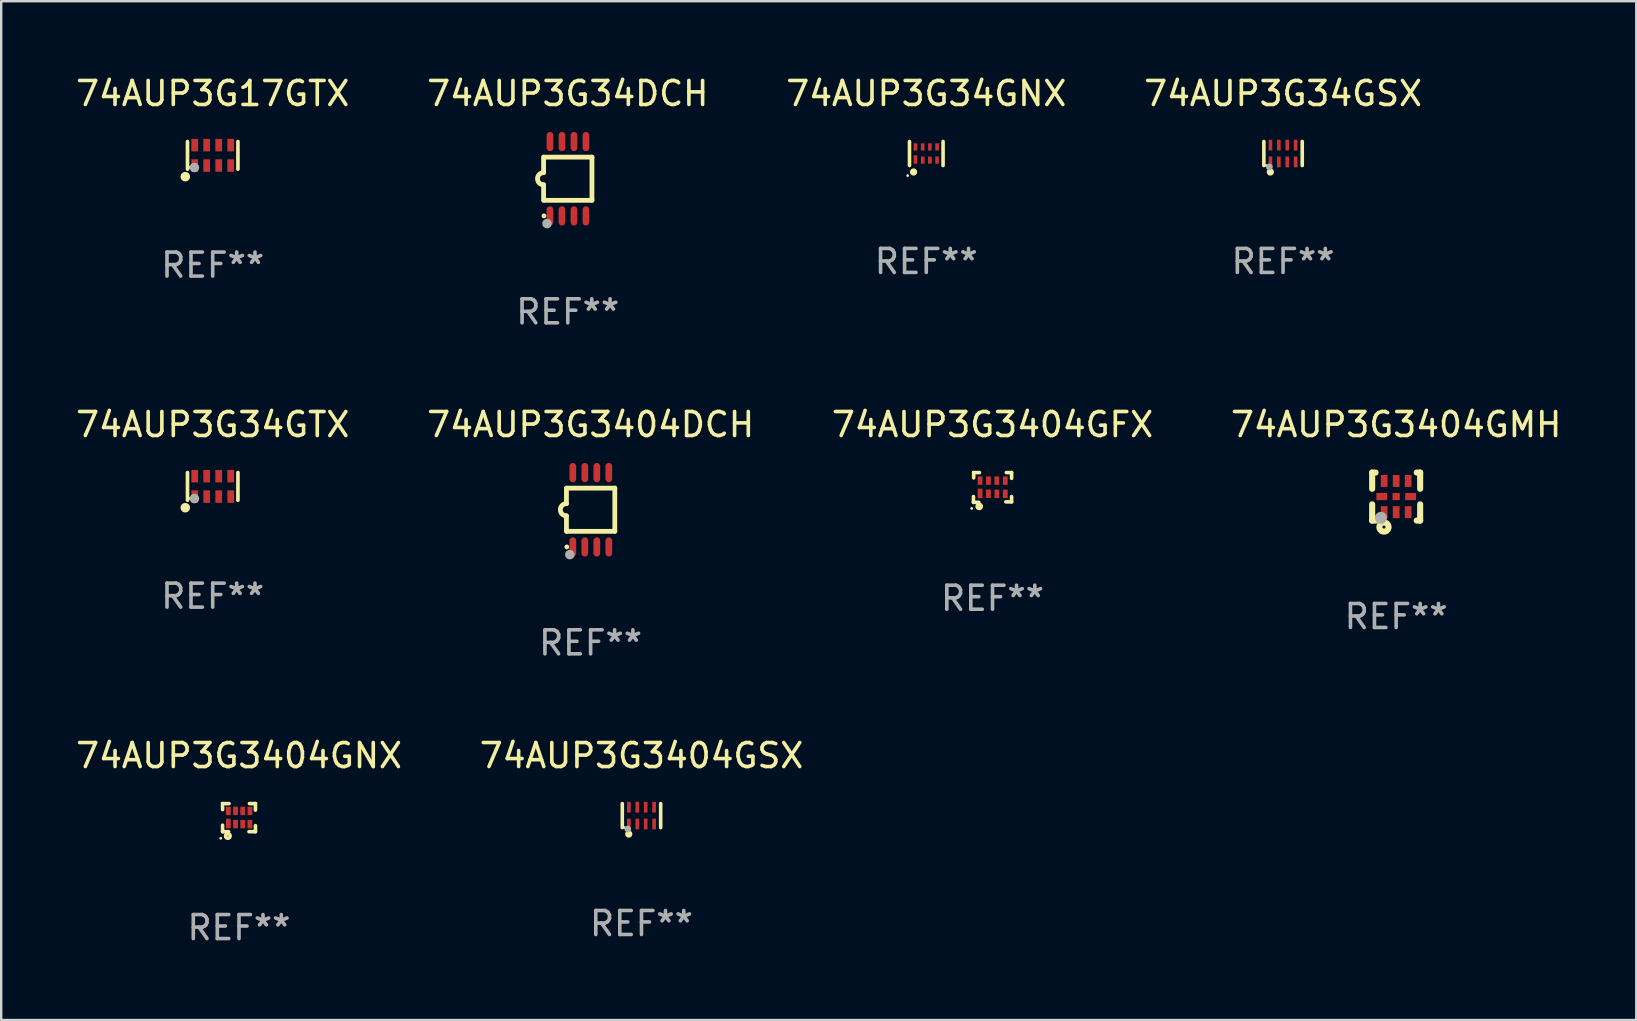
<source format=kicad_pcb>
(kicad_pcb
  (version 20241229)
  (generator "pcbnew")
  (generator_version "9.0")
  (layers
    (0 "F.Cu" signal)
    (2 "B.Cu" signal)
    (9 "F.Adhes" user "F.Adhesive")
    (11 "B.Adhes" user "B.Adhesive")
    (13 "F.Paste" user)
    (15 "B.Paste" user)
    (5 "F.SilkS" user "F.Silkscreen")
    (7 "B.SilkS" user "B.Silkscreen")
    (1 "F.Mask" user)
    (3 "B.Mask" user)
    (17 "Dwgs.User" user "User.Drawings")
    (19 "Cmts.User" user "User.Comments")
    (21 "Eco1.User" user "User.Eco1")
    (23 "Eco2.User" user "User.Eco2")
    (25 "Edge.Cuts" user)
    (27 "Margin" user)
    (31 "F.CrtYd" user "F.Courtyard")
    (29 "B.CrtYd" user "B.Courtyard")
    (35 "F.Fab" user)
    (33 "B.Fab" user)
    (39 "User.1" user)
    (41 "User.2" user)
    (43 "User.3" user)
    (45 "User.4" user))
  (footprint "74AUP3G3404GNX"
    (layer "F.Cu")
    (at 6.911 31.026)
    (property "Reference" "74AUP3G3404GNX" (at 0 -2.585 0) (layer "F.SilkS") (effects (font (size 1 1) (thickness 0.15))))
    (attr through_hole)
    (fp_line (start -0.685 -0.585) (end -0.415 -0.585) (stroke (width 0.15) (type solid)) (layer "F.SilkS"))
    (fp_line (start -0.685 -0.335) (end -0.685 -0.585) (stroke (width 0.15) (type solid)) (layer "F.SilkS"))
    (fp_line (start -0.685 0.585) (end -0.685 0.315) (stroke (width 0.15) (type solid)) (layer "F.SilkS"))
    (fp_line (start -0.435 0.585) (end -0.685 0.585) (stroke (width 0.15) (type solid)) (layer "F.SilkS"))
    (fp_line (start 0.435 -0.585) (end 0.685 -0.585) (stroke (width 0.15) (type solid)) (layer "F.SilkS"))
    (fp_line (start 0.685 -0.585) (end 0.685 -0.315) (stroke (width 0.15) (type solid)) (layer "F.SilkS"))
    (fp_line (start 0.685 0.335) (end 0.685 0.585) (stroke (width 0.15) (type solid)) (layer "F.SilkS"))
    (fp_line (start 0.685 0.585) (end 0.415 0.585) (stroke (width 0.15) (type solid)) (layer "F.SilkS"))
    (fp_circle (center -0.76 0.86) (end -0.73 0.86) (stroke (width 0.06) (type solid)) (fill no) (layer "F.SilkS"))
    (fp_circle (center -0.465 0.765) (end -0.445 0.765) (stroke (width 0.15) (type solid)) (fill no) (layer "F.SilkS"))
    (fp_text user "REF**" (at 0 4.585 0) (layer "F.Fab") (effects (font (size 1 1) (thickness 0.15))))
    (pad "1" smd rect (at -0.445 0.245) (size 0.2 0.4) (layers "F.Cu" "F.Mask" "F.Paste"))
    (pad "2" smd rect (at -0.145 0.27) (size 0.2 0.35) (layers "F.Cu" "F.Mask" "F.Paste"))
    (pad "3" smd rect (at 0.155 0.27) (size 0.2 0.35) (layers "F.Cu" "F.Mask" "F.Paste"))
    (pad "4" smd rect (at 0.455 0.27) (size 0.2 0.35) (layers "F.Cu" "F.Mask" "F.Paste"))
    (pad "5" smd rect (at 0.455 -0.28) (size 0.2 0.35) (layers "F.Cu" "F.Mask" "F.Paste"))
    (pad "6" smd rect (at 0.155 -0.28) (size 0.2 0.35) (layers "F.Cu" "F.Mask" "F.Paste"))
    (pad "7" smd rect (at -0.145 -0.28) (size 0.2 0.35) (layers "F.Cu" "F.Mask" "F.Paste"))
    (pad "8" smd rect (at -0.445 -0.28) (size 0.2 0.35) (layers "F.Cu" "F.Mask" "F.Paste")))
  (footprint "74AUP3G34DCH"
    (layer "F.Cu")
    (at 20.613 4.398)
    (property "Reference" "74AUP3G34DCH" (at 0 -3.55 0) (layer "F.SilkS") (effects (font (size 1 1) (thickness 0.15))))
    (attr through_hole)
    (fp_line (start -1.008 -0.254) (end -1.008 -0.9) (stroke (width 0.2) (type solid)) (layer "F.SilkS"))
    (fp_line (start -1.008 0.254) (end -1.008 0.9) (stroke (width 0.2) (type solid)) (layer "F.SilkS"))
    (fp_line (start -0.992 0.9) (end 1.008 0.9) (stroke (width 0.2) (type solid)) (layer "F.SilkS"))
    (fp_line (start 1.008 -0.9) (end -0.992 -0.9) (stroke (width 0.2) (type solid)) (layer "F.SilkS"))
    (fp_line (start 1.008 0.9) (end 1.008 -0.9) (stroke (width 0.2) (type solid)) (layer "F.SilkS"))
    (fp_arc (start -1.008001 0.254001) (mid -1.262002 0) (end -1.008001 -0.254001) (stroke (width 0.2) (type solid)) (layer "F.SilkS"))
    (fp_circle (center -0.992 1.55) (end -0.942 1.55) (stroke (width 0.1) (type solid)) (fill no) (layer "F.SilkS"))
    (fp_circle (center -0.866 1.87) (end -0.766 1.87) (stroke (width 0.2) (type solid)) (fill no) (layer "F.Fab"))
    (fp_text user "REF**" (at 0 5.55 0) (layer "F.Fab") (effects (font (size 1 1) (thickness 0.15))))
    (pad "1" smd oval (at -0.742 1.55 270) (size 0.8 0.28) (layers "F.Cu" "F.Mask" "F.Paste"))
    (pad "2" smd oval (at -0.242 1.55 270) (size 0.8 0.28) (layers "F.Cu" "F.Mask" "F.Paste"))
    (pad "3" smd oval (at 0.258 1.55 270) (size 0.8 0.28) (layers "F.Cu" "F.Mask" "F.Paste"))
    (pad "4" smd oval (at 0.758 1.55 270) (size 0.8 0.28) (layers "F.Cu" "F.Mask" "F.Paste"))
    (pad "5" smd oval (at 0.758 -1.55 270) (size 0.8 0.28) (layers "F.Cu" "F.Mask" "F.Paste"))
    (pad "6" smd oval (at 0.258 -1.55 270) (size 0.8 0.28) (layers "F.Cu" "F.Mask" "F.Paste"))
    (pad "7" smd oval (at -0.242 -1.55 270) (size 0.8 0.28) (layers "F.Cu" "F.Mask" "F.Paste"))
    (pad "8" smd oval (at -0.742 -1.55 270) (size 0.8 0.28) (layers "F.Cu" "F.Mask" "F.Paste")))
  (footprint "74AUP3G3404GFX"
    (layer "F.Cu")
    (at 38.315 17.265)
    (property "Reference" "74AUP3G3404GFX" (at 0 -2.62 0) (layer "F.SilkS") (effects (font (size 1 1) (thickness 0.15))))
    (attr through_hole)
    (fp_line (start -0.795 0.62) (end -0.795 0.38) (stroke (width 0.15) (type solid)) (layer "F.SilkS"))
    (fp_line (start -0.785 -0.62) (end -0.545 -0.62) (stroke (width 0.15) (type solid)) (layer "F.SilkS"))
    (fp_line (start -0.785 -0.4) (end -0.785 -0.62) (stroke (width 0.15) (type solid)) (layer "F.SilkS"))
    (fp_line (start -0.575 0.62) (end -0.795 0.62) (stroke (width 0.15) (type solid)) (layer "F.SilkS"))
    (fp_line (start 0.575 -0.62) (end 0.795 -0.62) (stroke (width 0.15) (type solid)) (layer "F.SilkS"))
    (fp_line (start 0.795 -0.62) (end 0.795 -0.38) (stroke (width 0.15) (type solid)) (layer "F.SilkS"))
    (fp_line (start 0.795 0.38) (end 0.795 0.6) (stroke (width 0.15) (type solid)) (layer "F.SilkS"))
    (fp_line (start 0.795 0.6) (end 0.555 0.6) (stroke (width 0.15) (type solid)) (layer "F.SilkS"))
    (fp_circle (center -0.87 0.875) (end -0.84 0.875) (stroke (width 0.06) (type solid)) (fill no) (layer "F.SilkS"))
    (fp_circle (center -0.555 0.79) (end -0.545 0.79) (stroke (width 0.15) (type solid)) (fill no) (layer "F.SilkS"))
    (fp_text user "REF**" (at 0 4.62 0) (layer "F.Fab") (effects (font (size 1 1) (thickness 0.15))))
    (pad "1" smd rect (at -0.52 0.25) (size 0.2 0.4) (layers "F.Cu" "F.Mask" "F.Paste"))
    (pad "2" smd rect (at -0.17 0.265) (size 0.2 0.35) (layers "F.Cu" "F.Mask" "F.Paste"))
    (pad "3" smd rect (at 0.18 0.265) (size 0.2 0.35) (layers "F.Cu" "F.Mask" "F.Paste"))
    (pad "4" smd rect (at 0.53 0.265) (size 0.2 0.35) (layers "F.Cu" "F.Mask" "F.Paste"))
    (pad "5" smd rect (at 0.53 -0.285) (size 0.2 0.35) (layers "F.Cu" "F.Mask" "F.Paste"))
    (pad "6" smd rect (at 0.18 -0.285) (size 0.2 0.35) (layers "F.Cu" "F.Mask" "F.Paste"))
    (pad "7" smd rect (at -0.17 -0.285) (size 0.2 0.35) (layers "F.Cu" "F.Mask" "F.Paste"))
    (pad "8" smd rect (at -0.52 -0.285) (size 0.2 0.35) (layers "F.Cu" "F.Mask" "F.Paste")))
  (footprint "74AUP3G17GTX"
    (layer "F.Cu")
    (at 5.815 3.424)
    (property "Reference" "74AUP3G17GTX" (at 0 -2.576 0) (layer "F.SilkS") (effects (font (size 1 1) (thickness 0.15))))
    (attr through_hole)
    (fp_line (start -1.051 0.576) (end -1.051 -0.576) (stroke (width 0.152) (type solid)) (layer "F.SilkS"))
    (fp_line (start 1.051 -0.576) (end 1.051 0.576) (stroke (width 0.152) (type solid)) (layer "F.SilkS"))
    (fp_circle (center -1.143 0.889) (end -1.043 0.889) (stroke (width 0.2) (type solid)) (fill no) (layer "F.SilkS"))
    (fp_circle (center -0.975 0.5) (end -0.945 0.5) (stroke (width 0.06) (type solid)) (fill no) (layer "F.SilkS"))
    (fp_circle (center -0.762 0.508) (end -0.662 0.508) (stroke (width 0.2) (type solid)) (fill no) (layer "F.Fab"))
    (fp_text user "REF**" (at 0 4.576 0) (layer "F.Fab") (effects (font (size 1 1) (thickness 0.15))))
    (pad "1" smd rect (at -0.75 0.425) (size 0.28 0.521) (layers "F.Cu" "F.Mask" "F.Paste"))
    (pad "2" smd rect (at -0.25 0.425) (size 0.28 0.521) (layers "F.Cu" "F.Mask" "F.Paste"))
    (pad "3" smd rect (at 0.25 0.425) (size 0.28 0.521) (layers "F.Cu" "F.Mask" "F.Paste"))
    (pad "4" smd rect (at 0.75 0.425) (size 0.28 0.521) (layers "F.Cu" "F.Mask" "F.Paste"))
    (pad "5" smd rect (at 0.75 -0.425) (size 0.28 0.521) (layers "F.Cu" "F.Mask" "F.Paste"))
    (pad "6" smd rect (at 0.25 -0.425) (size 0.28 0.521) (layers "F.Cu" "F.Mask" "F.Paste"))
    (pad "7" smd rect (at -0.25 -0.425) (size 0.28 0.521) (layers "F.Cu" "F.Mask" "F.Paste"))
    (pad "8" smd rect (at -0.75 -0.425) (size 0.28 0.521) (layers "F.Cu" "F.Mask" "F.Paste")))
  (footprint "74AUP3G3404GSX"
    (layer "F.Cu")
    (at 23.685 30.941)
    (property "Reference" "74AUP3G3404GSX" (at 0 -2.5 0) (layer "F.SilkS") (effects (font (size 1 1) (thickness 0.15))))
    (attr through_hole)
    (fp_line (start -0.8 -0.5) (end -0.8 0.5) (stroke (width 0.15) (type solid)) (layer "F.SilkS"))
    (fp_line (start 0.8 -0.5) (end 0.8 0.5) (stroke (width 0.15) (type solid)) (layer "F.SilkS"))
    (fp_circle (center -0.7 0.5) (end -0.67 0.5) (stroke (width 0.06) (type solid)) (fill no) (layer "F.SilkS"))
    (fp_circle (center -0.53 0.77) (end -0.454 0.77) (stroke (width 0.15) (type solid)) (fill no) (layer "F.SilkS"))
    (fp_circle (center -0.57 0.56) (end -0.5 0.56) (stroke (width 0.14) (type solid)) (fill no) (layer "F.Fab"))
    (fp_text user "REF**" (at 0 4.5 0) (layer "F.Fab") (effects (font (size 1 1) (thickness 0.15))))
    (pad "1" smd rect (at -0.525 0.35) (size 0.15 0.45) (layers "F.Cu" "F.Mask" "F.Paste"))
    (pad "2" smd rect (at -0.175 0.35) (size 0.15 0.45) (layers "F.Cu" "F.Mask" "F.Paste"))
    (pad "3" smd rect (at 0.175 0.35) (size 0.15 0.45) (layers "F.Cu" "F.Mask" "F.Paste"))
    (pad "4" smd rect (at 0.525 0.35) (size 0.15 0.45) (layers "F.Cu" "F.Mask" "F.Paste"))
    (pad "5" smd rect (at 0.525 -0.35) (size 0.15 0.45) (layers "F.Cu" "F.Mask" "F.Paste"))
    (pad "6" smd rect (at 0.175 -0.35) (size 0.15 0.45) (layers "F.Cu" "F.Mask" "F.Paste"))
    (pad "7" smd rect (at -0.175 -0.35) (size 0.15 0.45) (layers "F.Cu" "F.Mask" "F.Paste"))
    (pad "8" smd rect (at -0.525 -0.35) (size 0.15 0.45) (layers "F.Cu" "F.Mask" "F.Paste")))
  (footprint "74AUP3G34GNX"
    (layer "F.Cu")
    (at 35.554 3.348)
    (property "Reference" "74AUP3G34GNX" (at 0 -2.5 0) (layer "F.SilkS") (effects (font (size 1 1) (thickness 0.15))))
    (attr through_hole)
    (fp_line (start -0.7 -0.5) (end -0.7 0.5) (stroke (width 0.15) (type solid)) (layer "F.SilkS"))
    (fp_line (start 0.7 -0.5) (end 0.7 0.5) (stroke (width 0.15) (type solid)) (layer "F.SilkS"))
    (fp_circle (center -0.775 0.922) (end -0.745 0.922) (stroke (width 0.06) (type solid)) (fill no) (layer "F.SilkS"))
    (fp_circle (center -0.53 0.77) (end -0.454 0.77) (stroke (width 0.15) (type solid)) (fill no) (layer "F.SilkS"))
    (fp_text user "REF**" (at 0 4.5 0) (layer "F.Fab") (effects (font (size 1 1) (thickness 0.15))))
    (pad "1" smd rect (at -0.45 0.25) (size 0.15 0.35) (layers "F.Cu" "F.Mask" "F.Paste"))
    (pad "2" smd rect (at -0.15 0.275) (size 0.15 0.3) (layers "F.Cu" "F.Mask" "F.Paste"))
    (pad "3" smd rect (at 0.15 0.275) (size 0.15 0.3) (layers "F.Cu" "F.Mask" "F.Paste"))
    (pad "4" smd rect (at 0.45 0.275) (size 0.15 0.3) (layers "F.Cu" "F.Mask" "F.Paste"))
    (pad "5" smd rect (at 0.45 -0.275) (size 0.15 0.3) (layers "F.Cu" "F.Mask" "F.Paste"))
    (pad "6" smd rect (at 0.15 -0.275) (size 0.15 0.3) (layers "F.Cu" "F.Mask" "F.Paste"))
    (pad "7" smd rect (at -0.15 -0.275) (size 0.15 0.3) (layers "F.Cu" "F.Mask" "F.Paste"))
    (pad "8" smd rect (at -0.45 -0.275) (size 0.15 0.3) (layers "F.Cu" "F.Mask" "F.Paste")))
  (footprint "74AUP3G34GTX"
    (layer "F.Cu")
    (at 5.815 17.221)
    (property "Reference" "74AUP3G34GTX" (at 0 -2.576 0) (layer "F.SilkS") (effects (font (size 1 1) (thickness 0.15))))
    (attr through_hole)
    (fp_line (start -1.051 0.576) (end -1.051 -0.576) (stroke (width 0.152) (type solid)) (layer "F.SilkS"))
    (fp_line (start 1.051 -0.576) (end 1.051 0.576) (stroke (width 0.152) (type solid)) (layer "F.SilkS"))
    (fp_circle (center -1.143 0.889) (end -1.043 0.889) (stroke (width 0.2) (type solid)) (fill no) (layer "F.SilkS"))
    (fp_circle (center -0.975 0.5) (end -0.945 0.5) (stroke (width 0.06) (type solid)) (fill no) (layer "F.SilkS"))
    (fp_circle (center -0.762 0.508) (end -0.662 0.508) (stroke (width 0.2) (type solid)) (fill no) (layer "F.Fab"))
    (fp_text user "REF**" (at 0 4.576 0) (layer "F.Fab") (effects (font (size 1 1) (thickness 0.15))))
    (pad "1" smd rect (at -0.75 0.425) (size 0.28 0.521) (layers "F.Cu" "F.Mask" "F.Paste"))
    (pad "2" smd rect (at -0.25 0.425) (size 0.28 0.521) (layers "F.Cu" "F.Mask" "F.Paste"))
    (pad "3" smd rect (at 0.25 0.425) (size 0.28 0.521) (layers "F.Cu" "F.Mask" "F.Paste"))
    (pad "4" smd rect (at 0.75 0.425) (size 0.28 0.521) (layers "F.Cu" "F.Mask" "F.Paste"))
    (pad "5" smd rect (at 0.75 -0.425) (size 0.28 0.521) (layers "F.Cu" "F.Mask" "F.Paste"))
    (pad "6" smd rect (at 0.25 -0.425) (size 0.28 0.521) (layers "F.Cu" "F.Mask" "F.Paste"))
    (pad "7" smd rect (at -0.25 -0.425) (size 0.28 0.521) (layers "F.Cu" "F.Mask" "F.Paste"))
    (pad "8" smd rect (at -0.75 -0.425) (size 0.28 0.521) (layers "F.Cu" "F.Mask" "F.Paste")))
  (footprint "74AUP3G3404GMH"
    (layer "F.Cu")
    (at 55.137 17.645)
    (property "Reference" "74AUP3G3404GMH" (at 0 -3 0) (layer "F.SilkS") (effects (font (size 1 1) (thickness 0.15))))
    (attr through_hole)
    (fp_line (start -1 -1) (end -0.858 -1) (stroke (width 0.254) (type solid)) (layer "F.SilkS"))
    (fp_line (start -1 -0.325) (end -1 -1) (stroke (width 0.254) (type solid)) (layer "F.SilkS"))
    (fp_line (start -1 1) (end -1 0.325) (stroke (width 0.254) (type solid)) (layer "F.SilkS"))
    (fp_line (start -0.858 1) (end -1 1) (stroke (width 0.254) (type solid)) (layer "F.SilkS"))
    (fp_line (start 0.858 -1) (end 1 -1) (stroke (width 0.254) (type solid)) (layer "F.SilkS"))
    (fp_line (start 1 -1) (end 1 -0.325) (stroke (width 0.254) (type solid)) (layer "F.SilkS"))
    (fp_line (start 1 0.325) (end 1 1) (stroke (width 0.254) (type solid)) (layer "F.SilkS"))
    (fp_line (start 1 1) (end 0.858 1) (stroke (width 0.254) (type solid)) (layer "F.SilkS"))
    (fp_circle (center -0.8 0.8) (end -0.77 0.8) (stroke (width 0.06) (type solid)) (fill no) (layer "F.SilkS"))
    (fp_circle (center -0.508 1.27) (end -0.444 1.27) (stroke (width 0.254) (type solid)) (fill no) (layer "F.SilkS"))
    (fp_circle (center -0.635 0.889) (end -0.508 0.889) (stroke (width 0.254) (type solid)) (fill no) (layer "F.Fab"))
    (fp_text user "REF**" (at 0 5 0) (layer "F.Fab") (effects (font (size 1 1) (thickness 0.15))))
    (pad "1" smd rect (at -0.5 0.65 90) (size 0.5 0.28) (layers "F.Cu" "F.Mask" "F.Paste"))
    (pad "2" smd rect (at 0.000013 0.65 90) (size 0.5 0.28) (layers "F.Cu" "F.Mask" "F.Paste"))
    (pad "3" smd rect (at 0.5 0.65 90) (size 0.5 0.28) (layers "F.Cu" "F.Mask" "F.Paste"))
    (pad "4" smd rect (at 0.6 0.000076 180) (size 0.45 0.3) (layers "F.Cu" "F.Mask" "F.Paste"))
    (pad "5" smd rect (at 0.5 -0.65 90) (size 0.5 0.28) (layers "F.Cu" "F.Mask" "F.Paste"))
    (pad "6" smd rect (at 0.000013 -0.65 90) (size 0.5 0.28) (layers "F.Cu" "F.Mask" "F.Paste"))
    (pad "7" smd rect (at -0.5 -0.65 90) (size 0.5 0.28) (layers "F.Cu" "F.Mask" "F.Paste"))
    (pad "8" smd rect (at -0.6 0.000076 180) (size 0.45 0.3) (layers "F.Cu" "F.Mask" "F.Paste"))
    (pad "9" smd rect (at 0.000013 0.000076 180) (size 0.3 0.3) (layers "F.Cu" "F.Mask" "F.Paste")))
  (footprint "74AUP3G3404DCH"
    (layer "F.Cu")
    (at 21.565 18.194)
    (property "Reference" "74AUP3G3404DCH" (at 0 -3.55 0) (layer "F.SilkS") (effects (font (size 1 1) (thickness 0.15))))
    (attr through_hole)
    (fp_line (start -1.008 -0.254) (end -1.008 -0.9) (stroke (width 0.2) (type solid)) (layer "F.SilkS"))
    (fp_line (start -1.008 0.254) (end -1.008 0.9) (stroke (width 0.2) (type solid)) (layer "F.SilkS"))
    (fp_line (start -0.992 0.9) (end 1.008 0.9) (stroke (width 0.2) (type solid)) (layer "F.SilkS"))
    (fp_line (start 1.008 -0.9) (end -0.992 -0.9) (stroke (width 0.2) (type solid)) (layer "F.SilkS"))
    (fp_line (start 1.008 0.9) (end 1.008 -0.9) (stroke (width 0.2) (type solid)) (layer "F.SilkS"))
    (fp_arc (start -1.008001 0.254001) (mid -1.262002 0) (end -1.008001 -0.254001) (stroke (width 0.2) (type solid)) (layer "F.SilkS"))
    (fp_circle (center -0.992 1.55) (end -0.942 1.55) (stroke (width 0.1) (type solid)) (fill no) (layer "F.SilkS"))
    (fp_circle (center -0.866 1.87) (end -0.766 1.87) (stroke (width 0.2) (type solid)) (fill no) (layer "F.Fab"))
    (fp_text user "REF**" (at 0 5.55 0) (layer "F.Fab") (effects (font (size 1 1) (thickness 0.15))))
    (pad "1" smd oval (at -0.742 1.55 270) (size 0.8 0.28) (layers "F.Cu" "F.Mask" "F.Paste"))
    (pad "2" smd oval (at -0.242 1.55 270) (size 0.8 0.28) (layers "F.Cu" "F.Mask" "F.Paste"))
    (pad "3" smd oval (at 0.258 1.55 270) (size 0.8 0.28) (layers "F.Cu" "F.Mask" "F.Paste"))
    (pad "4" smd oval (at 0.758 1.55 270) (size 0.8 0.28) (layers "F.Cu" "F.Mask" "F.Paste"))
    (pad "5" smd oval (at 0.758 -1.55 270) (size 0.8 0.28) (layers "F.Cu" "F.Mask" "F.Paste"))
    (pad "6" smd oval (at 0.258 -1.55 270) (size 0.8 0.28) (layers "F.Cu" "F.Mask" "F.Paste"))
    (pad "7" smd oval (at -0.242 -1.55 270) (size 0.8 0.28) (layers "F.Cu" "F.Mask" "F.Paste"))
    (pad "8" smd oval (at -0.742 -1.55 270) (size 0.8 0.28) (layers "F.Cu" "F.Mask" "F.Paste")))
  (footprint "74AUP3G34GSX"
    (layer "F.Cu")
    (at 50.423 3.348)
    (property "Reference" "74AUP3G34GSX" (at 0 -2.5 0) (layer "F.SilkS") (effects (font (size 1 1) (thickness 0.15))))
    (attr through_hole)
    (fp_line (start -0.8 -0.5) (end -0.8 0.5) (stroke (width 0.15) (type solid)) (layer "F.SilkS"))
    (fp_line (start 0.8 -0.5) (end 0.8 0.5) (stroke (width 0.15) (type solid)) (layer "F.SilkS"))
    (fp_circle (center -0.7 0.5) (end -0.67 0.5) (stroke (width 0.06) (type solid)) (fill no) (layer "F.SilkS"))
    (fp_circle (center -0.53 0.77) (end -0.454 0.77) (stroke (width 0.15) (type solid)) (fill no) (layer "F.SilkS"))
    (fp_circle (center -0.57 0.56) (end -0.5 0.56) (stroke (width 0.14) (type solid)) (fill no) (layer "F.Fab"))
    (fp_text user "REF**" (at 0 4.5 0) (layer "F.Fab") (effects (font (size 1 1) (thickness 0.15))))
    (pad "1" smd rect (at -0.525 0.35) (size 0.15 0.45) (layers "F.Cu" "F.Mask" "F.Paste"))
    (pad "2" smd rect (at -0.175 0.35) (size 0.15 0.45) (layers "F.Cu" "F.Mask" "F.Paste"))
    (pad "3" smd rect (at 0.175 0.35) (size 0.15 0.45) (layers "F.Cu" "F.Mask" "F.Paste"))
    (pad "4" smd rect (at 0.525 0.35) (size 0.15 0.45) (layers "F.Cu" "F.Mask" "F.Paste"))
    (pad "5" smd rect (at 0.525 -0.35) (size 0.15 0.45) (layers "F.Cu" "F.Mask" "F.Paste"))
    (pad "6" smd rect (at 0.175 -0.35) (size 0.15 0.45) (layers "F.Cu" "F.Mask" "F.Paste"))
    (pad "7" smd rect (at -0.175 -0.35) (size 0.15 0.45) (layers "F.Cu" "F.Mask" "F.Paste"))
    (pad "8" smd rect (at -0.525 -0.35) (size 0.15 0.45) (layers "F.Cu" "F.Mask" "F.Paste")))
  (gr_rect
    (start -3 -3)
    (end 65.143 39.459)
    (stroke (width 0.1) (type default))
    (fill no)
    (layer "Edge.Cuts")))
</source>
